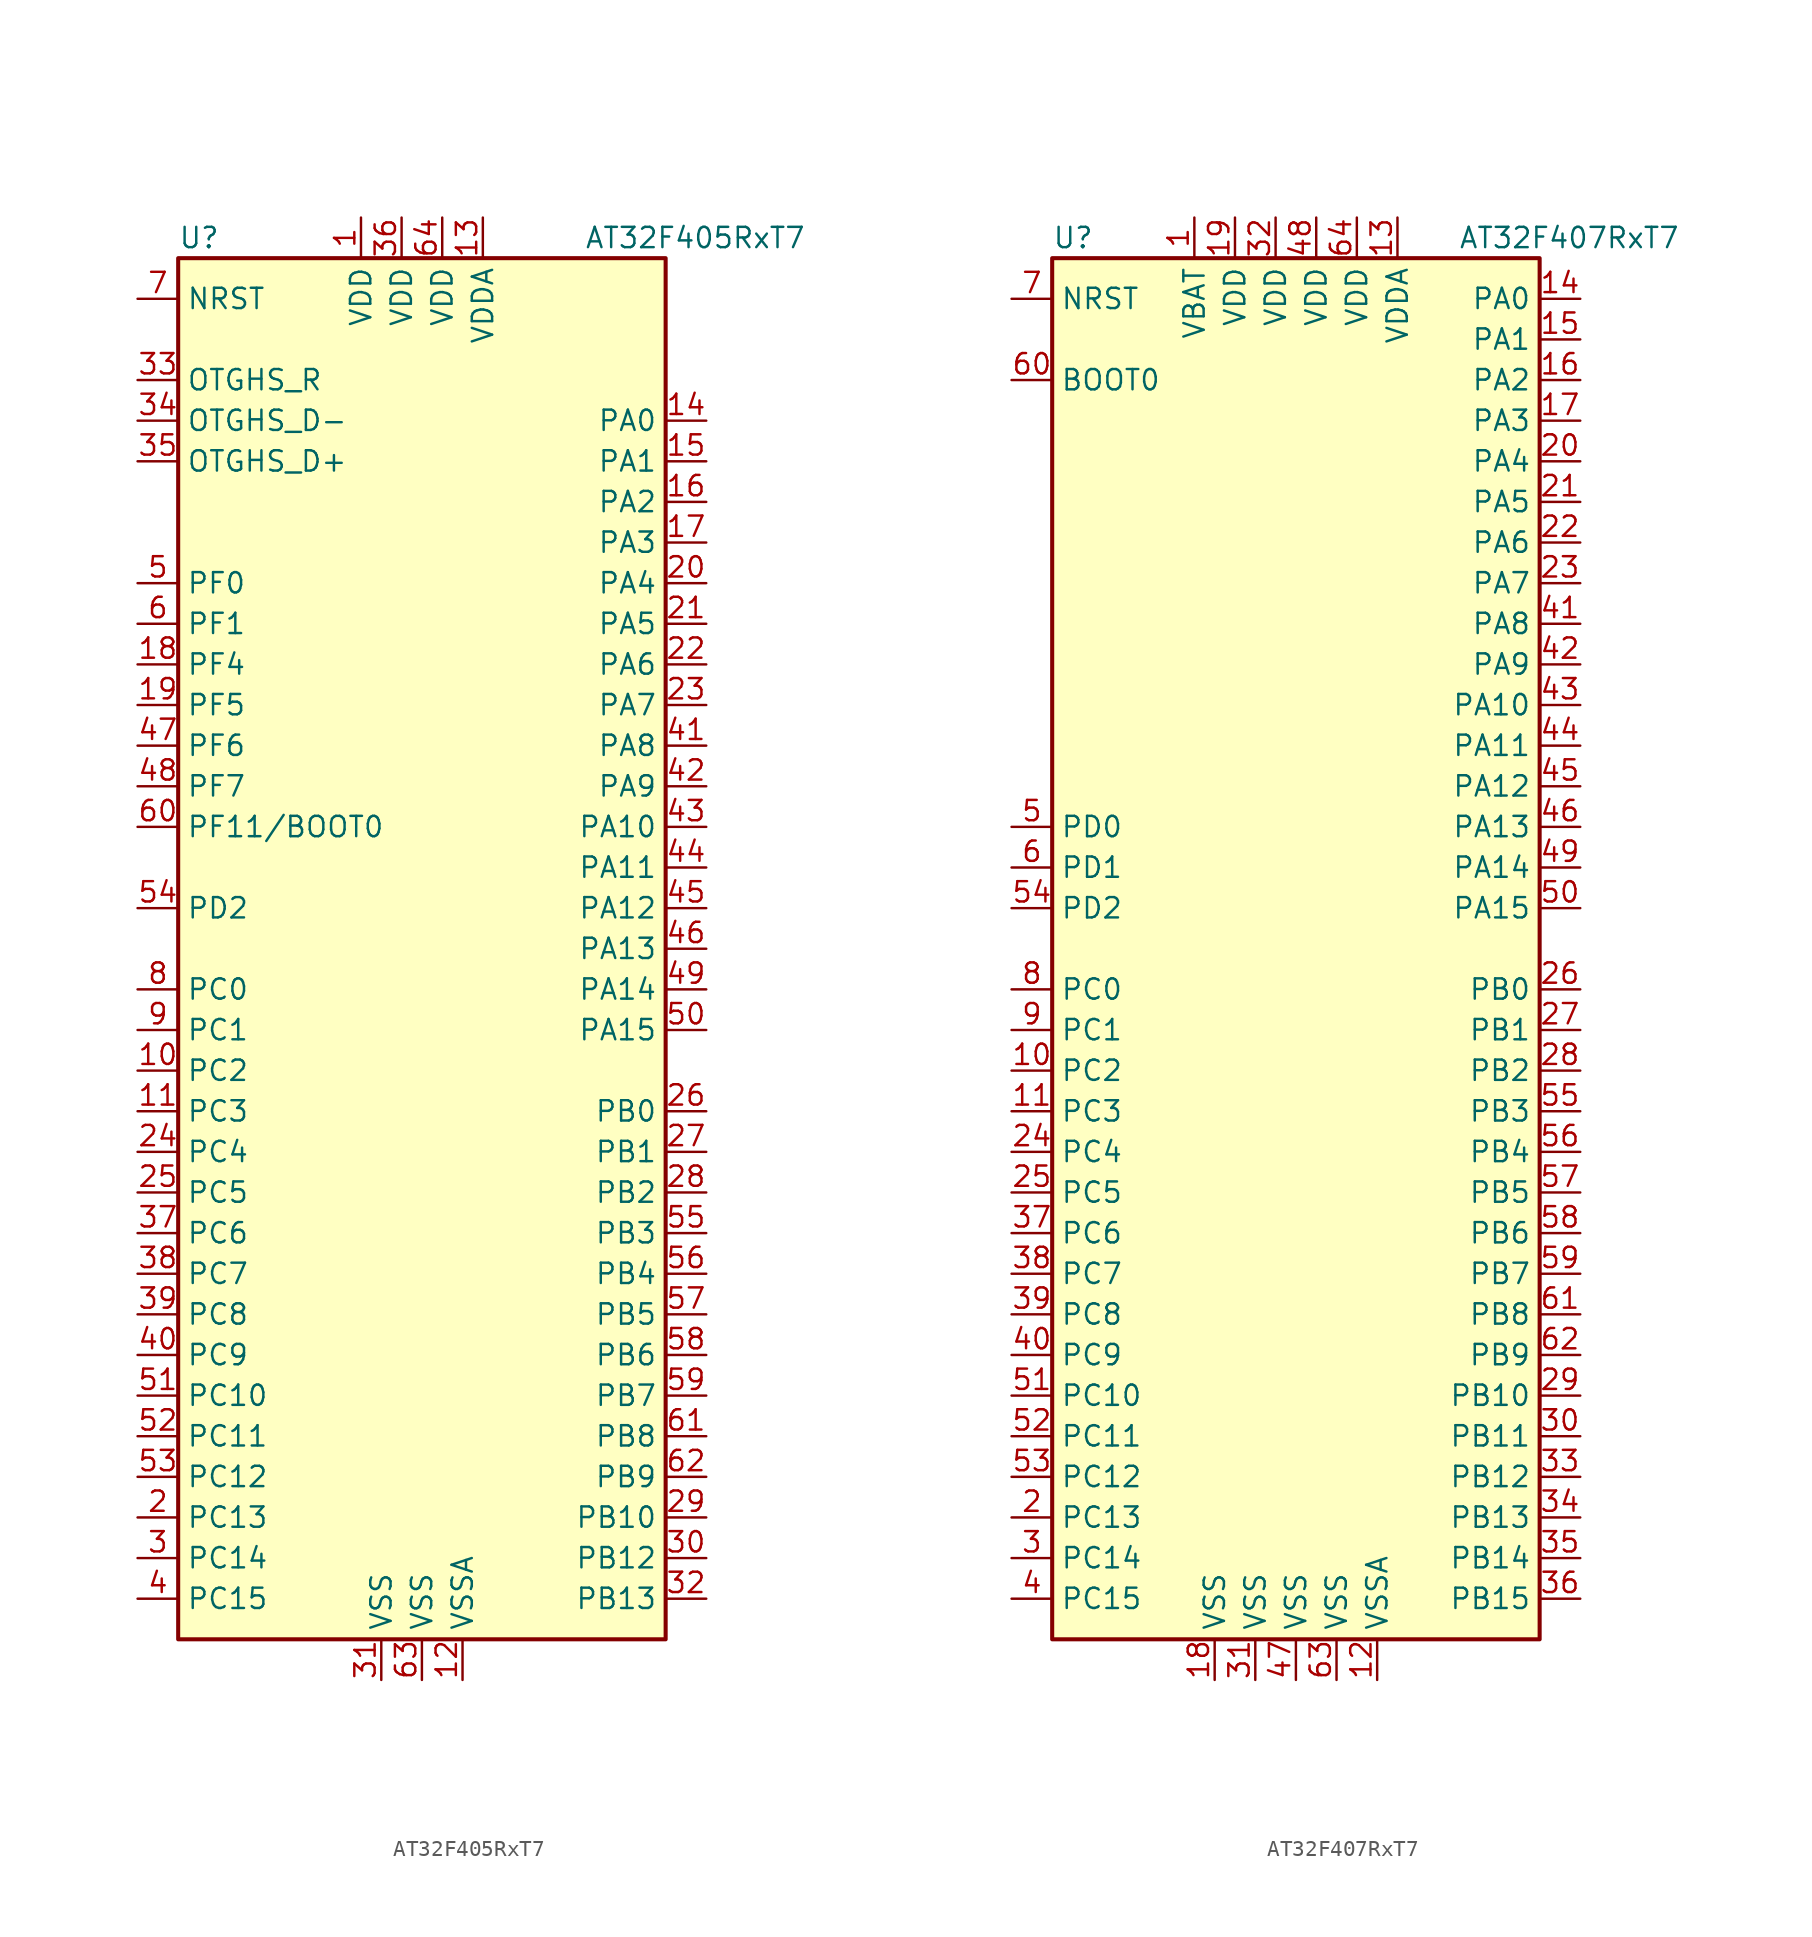
<source format=kicad_sym>
(kicad_symbol_lib
  (version 20220331)
  (generator kicad_symbol_editor)
  (symbol "AT32F405RxT7"
    (property "Reference" "U"
      (at -15.24 44.45 0)
      (effects (font (size 1.27 1.27)) (justify left)))
    (property "Value" "AT32F405RxT7"
      (at 10.16 44.45 0)
      (effects (font (size 1.27 1.27)) (justify left)))
    (symbol "AT32F405RxT7_0_1"
      (rectangle (start -15.24 -43.18) (end 15.24 43.18) (stroke (width 0.254) (type default)) (fill (type background))))
    (symbol "AT32F405RxT7_1_1"
      (pin power_in line (at -3.81 45.72 270) (length 2.54) (name "VDD" (effects (font (size 1.27 1.27)))) (number "1" (effects (font (size 1.27 1.27)))))
      (pin bidirectional line (at -17.78 -7.62 0) (length 2.54) (name "PC2" (effects (font (size 1.27 1.27)))) (number "10" (effects (font (size 1.27 1.27)))))
      (pin bidirectional line (at -17.78 -10.16 0) (length 2.54) (name "PC3" (effects (font (size 1.27 1.27)))) (number "11" (effects (font (size 1.27 1.27)))))
      (pin power_in line (at 2.54 -45.72 90) (length 2.54) (name "VSSA" (effects (font (size 1.27 1.27)))) (number "12" (effects (font (size 1.27 1.27)))))
      (pin power_in line (at 3.81 45.72 270) (length 2.54) (name "VDDA" (effects (font (size 1.27 1.27)))) (number "13" (effects (font (size 1.27 1.27)))))
      (pin bidirectional line (at 17.78 33.02 180) (length 2.54) (name "PA0" (effects (font (size 1.27 1.27)))) (number "14" (effects (font (size 1.27 1.27)))))
      (pin bidirectional line (at 17.78 30.48 180) (length 2.54) (name "PA1" (effects (font (size 1.27 1.27)))) (number "15" (effects (font (size 1.27 1.27)))))
      (pin bidirectional line (at 17.78 27.94 180) (length 2.54) (name "PA2" (effects (font (size 1.27 1.27)))) (number "16" (effects (font (size 1.27 1.27)))))
      (pin bidirectional line (at 17.78 25.4 180) (length 2.54) (name "PA3" (effects (font (size 1.27 1.27)))) (number "17" (effects (font (size 1.27 1.27)))))
      (pin bidirectional line (at -17.78 17.78 0) (length 2.54) (name "PF4" (effects (font (size 1.27 1.27)))) (number "18" (effects (font (size 1.27 1.27)))))
      (pin bidirectional line (at -17.78 15.24 0) (length 2.54) (name "PF5" (effects (font (size 1.27 1.27)))) (number "19" (effects (font (size 1.27 1.27)))))
      (pin bidirectional line (at -17.78 -35.56 0) (length 2.54) (name "PC13" (effects (font (size 1.27 1.27)))) (number "2" (effects (font (size 1.27 1.27)))))
      (pin bidirectional line (at 17.78 22.86 180) (length 2.54) (name "PA4" (effects (font (size 1.27 1.27)))) (number "20" (effects (font (size 1.27 1.27)))))
      (pin bidirectional line (at 17.78 20.32 180) (length 2.54) (name "PA5" (effects (font (size 1.27 1.27)))) (number "21" (effects (font (size 1.27 1.27)))))
      (pin bidirectional line (at 17.78 17.78 180) (length 2.54) (name "PA6" (effects (font (size 1.27 1.27)))) (number "22" (effects (font (size 1.27 1.27)))))
      (pin bidirectional line (at 17.78 15.24 180) (length 2.54) (name "PA7" (effects (font (size 1.27 1.27)))) (number "23" (effects (font (size 1.27 1.27)))))
      (pin bidirectional line (at -17.78 -12.7 0) (length 2.54) (name "PC4" (effects (font (size 1.27 1.27)))) (number "24" (effects (font (size 1.27 1.27)))))
      (pin bidirectional line (at -17.78 -15.24 0) (length 2.54) (name "PC5" (effects (font (size 1.27 1.27)))) (number "25" (effects (font (size 1.27 1.27)))))
      (pin bidirectional line (at 17.78 -10.16 180) (length 2.54) (name "PB0" (effects (font (size 1.27 1.27)))) (number "26" (effects (font (size 1.27 1.27)))))
      (pin bidirectional line (at 17.78 -12.7 180) (length 2.54) (name "PB1" (effects (font (size 1.27 1.27)))) (number "27" (effects (font (size 1.27 1.27)))))
      (pin bidirectional line (at 17.78 -15.24 180) (length 2.54) (name "PB2" (effects (font (size 1.27 1.27)))) (number "28" (effects (font (size 1.27 1.27)))))
      (pin bidirectional line (at 17.78 -35.56 180) (length 2.54) (name "PB10" (effects (font (size 1.27 1.27)))) (number "29" (effects (font (size 1.27 1.27)))))
      (pin bidirectional line (at -17.78 -38.1 0) (length 2.54) (name "PC14" (effects (font (size 1.27 1.27)))) (number "3" (effects (font (size 1.27 1.27)))))
      (pin bidirectional line (at 17.78 -38.1 180) (length 2.54) (name "PB12" (effects (font (size 1.27 1.27)))) (number "30" (effects (font (size 1.27 1.27)))))
      (pin power_in line (at -2.54 -45.72 90) (length 2.54) (name "VSS" (effects (font (size 1.27 1.27)))) (number "31" (effects (font (size 1.27 1.27)))))
      (pin bidirectional line (at 17.78 -40.64 180) (length 2.54) (name "PB13" (effects (font (size 1.27 1.27)))) (number "32" (effects (font (size 1.27 1.27)))))
      (pin input line (at -17.78 35.56 0) (length 2.54) (name "OTGHS_R" (effects (font (size 1.27 1.27)))) (number "33" (effects (font (size 1.27 1.27)))))
      (pin bidirectional line (at -17.78 33.02 0) (length 2.54) (name "OTGHS_D-" (effects (font (size 1.27 1.27)))) (number "34" (effects (font (size 1.27 1.27)))))
      (pin bidirectional line (at -17.78 30.48 0) (length 2.54) (name "OTGHS_D+" (effects (font (size 1.27 1.27)))) (number "35" (effects (font (size 1.27 1.27)))))
      (pin power_in line (at -1.27 45.72 270) (length 2.54) (name "VDD" (effects (font (size 1.27 1.27)))) (number "36" (effects (font (size 1.27 1.27)))))
      (pin bidirectional line (at -17.78 -17.78 0) (length 2.54) (name "PC6" (effects (font (size 1.27 1.27)))) (number "37" (effects (font (size 1.27 1.27)))))
      (pin bidirectional line (at -17.78 -20.32 0) (length 2.54) (name "PC7" (effects (font (size 1.27 1.27)))) (number "38" (effects (font (size 1.27 1.27)))))
      (pin bidirectional line (at -17.78 -22.86 0) (length 2.54) (name "PC8" (effects (font (size 1.27 1.27)))) (number "39" (effects (font (size 1.27 1.27)))))
      (pin bidirectional line (at -17.78 -40.64 0) (length 2.54) (name "PC15" (effects (font (size 1.27 1.27)))) (number "4" (effects (font (size 1.27 1.27)))))
      (pin bidirectional line (at -17.78 -25.4 0) (length 2.54) (name "PC9" (effects (font (size 1.27 1.27)))) (number "40" (effects (font (size 1.27 1.27)))))
      (pin bidirectional line (at 17.78 12.7 180) (length 2.54) (name "PA8" (effects (font (size 1.27 1.27)))) (number "41" (effects (font (size 1.27 1.27)))))
      (pin bidirectional line (at 17.78 10.16 180) (length 2.54) (name "PA9" (effects (font (size 1.27 1.27)))) (number "42" (effects (font (size 1.27 1.27)))))
      (pin bidirectional line (at 17.78 7.62 180) (length 2.54) (name "PA10" (effects (font (size 1.27 1.27)))) (number "43" (effects (font (size 1.27 1.27)))))
      (pin bidirectional line (at 17.78 5.08 180) (length 2.54) (name "PA11" (effects (font (size 1.27 1.27)))) (number "44" (effects (font (size 1.27 1.27)))))
      (pin bidirectional line (at 17.78 2.54 180) (length 2.54) (name "PA12" (effects (font (size 1.27 1.27)))) (number "45" (effects (font (size 1.27 1.27)))))
      (pin bidirectional line (at 17.78 0 180) (length 2.54) (name "PA13" (effects (font (size 1.27 1.27)))) (number "46" (effects (font (size 1.27 1.27)))))
      (pin bidirectional line (at -17.78 12.7 0) (length 2.54) (name "PF6" (effects (font (size 1.27 1.27)))) (number "47" (effects (font (size 1.27 1.27)))))
      (pin bidirectional line (at -17.78 10.16 0) (length 2.54) (name "PF7" (effects (font (size 1.27 1.27)))) (number "48" (effects (font (size 1.27 1.27)))))
      (pin bidirectional line (at 17.78 -2.54 180) (length 2.54) (name "PA14" (effects (font (size 1.27 1.27)))) (number "49" (effects (font (size 1.27 1.27)))))
      (pin input line (at -17.78 22.86 0) (length 2.54) (name "PF0" (effects (font (size 1.27 1.27)))) (number "5" (effects (font (size 1.27 1.27)))))
      (pin bidirectional line (at 17.78 -5.08 180) (length 2.54) (name "PA15" (effects (font (size 1.27 1.27)))) (number "50" (effects (font (size 1.27 1.27)))))
      (pin bidirectional line (at -17.78 -27.94 0) (length 2.54) (name "PC10" (effects (font (size 1.27 1.27)))) (number "51" (effects (font (size 1.27 1.27)))))
      (pin bidirectional line (at -17.78 -30.48 0) (length 2.54) (name "PC11" (effects (font (size 1.27 1.27)))) (number "52" (effects (font (size 1.27 1.27)))))
      (pin bidirectional line (at -17.78 -33.02 0) (length 2.54) (name "PC12" (effects (font (size 1.27 1.27)))) (number "53" (effects (font (size 1.27 1.27)))))
      (pin bidirectional line (at -17.78 2.54 0) (length 2.54) (name "PD2" (effects (font (size 1.27 1.27)))) (number "54" (effects (font (size 1.27 1.27)))))
      (pin bidirectional line (at 17.78 -17.78 180) (length 2.54) (name "PB3" (effects (font (size 1.27 1.27)))) (number "55" (effects (font (size 1.27 1.27)))))
      (pin bidirectional line (at 17.78 -20.32 180) (length 2.54) (name "PB4" (effects (font (size 1.27 1.27)))) (number "56" (effects (font (size 1.27 1.27)))))
      (pin bidirectional line (at 17.78 -22.86 180) (length 2.54) (name "PB5" (effects (font (size 1.27 1.27)))) (number "57" (effects (font (size 1.27 1.27)))))
      (pin bidirectional line (at 17.78 -25.4 180) (length 2.54) (name "PB6" (effects (font (size 1.27 1.27)))) (number "58" (effects (font (size 1.27 1.27)))))
      (pin bidirectional line (at 17.78 -27.94 180) (length 2.54) (name "PB7" (effects (font (size 1.27 1.27)))) (number "59" (effects (font (size 1.27 1.27)))))
      (pin input line (at -17.78 20.32 0) (length 2.54) (name "PF1" (effects (font (size 1.27 1.27)))) (number "6" (effects (font (size 1.27 1.27)))))
      (pin input line (at -17.78 7.62 0) (length 2.54) (name "PF11/BOOT0" (effects (font (size 1.27 1.27)))) (number "60" (effects (font (size 1.27 1.27)))))
      (pin bidirectional line (at 17.78 -30.48 180) (length 2.54) (name "PB8" (effects (font (size 1.27 1.27)))) (number "61" (effects (font (size 1.27 1.27)))))
      (pin bidirectional line (at 17.78 -33.02 180) (length 2.54) (name "PB9" (effects (font (size 1.27 1.27)))) (number "62" (effects (font (size 1.27 1.27)))))
      (pin power_in line (at 0 -45.72 90) (length 2.54) (name "VSS" (effects (font (size 1.27 1.27)))) (number "63" (effects (font (size 1.27 1.27)))))
      (pin power_in line (at 1.27 45.72 270) (length 2.54) (name "VDD" (effects (font (size 1.27 1.27)))) (number "64" (effects (font (size 1.27 1.27)))))
      (pin input line (at -17.78 40.64 0) (length 2.54) (name "NRST" (effects (font (size 1.27 1.27)))) (number "7" (effects (font (size 1.27 1.27)))))
      (pin bidirectional line (at -17.78 -2.54 0) (length 2.54) (name "PC0" (effects (font (size 1.27 1.27)))) (number "8" (effects (font (size 1.27 1.27)))))
      (pin bidirectional line (at -17.78 -5.08 0) (length 2.54) (name "PC1" (effects (font (size 1.27 1.27)))) (number "9" (effects (font (size 1.27 1.27)))))))
  (symbol "AT32F407RxT7"
    (property "Reference" "U"
      (at -15.24 44.45 0)
      (effects (font (size 1.27 1.27)) (justify left)))
    (property "Value" "AT32F407RxT7"
      (at 10.16 44.45 0)
      (effects (font (size 1.27 1.27)) (justify left)))
    (symbol "AT32F407RxT7_0_1"
      (rectangle (start -15.24 -43.18) (end 15.24 43.18) (stroke (width 0.254) (type default)) (fill (type background))))
    (symbol "AT32F407RxT7_1_1"
      (pin power_in line (at -6.35 45.72 270) (length 2.54) (name "VBAT" (effects (font (size 1.27 1.27)))) (number "1" (effects (font (size 1.27 1.27)))))
      (pin bidirectional line (at -17.78 -7.62 0) (length 2.54) (name "PC2" (effects (font (size 1.27 1.27)))) (number "10" (effects (font (size 1.27 1.27)))))
      (pin bidirectional line (at -17.78 -10.16 0) (length 2.54) (name "PC3" (effects (font (size 1.27 1.27)))) (number "11" (effects (font (size 1.27 1.27)))))
      (pin power_in line (at 5.08 -45.72 90) (length 2.54) (name "VSSA" (effects (font (size 1.27 1.27)))) (number "12" (effects (font (size 1.27 1.27)))))
      (pin power_in line (at 6.35 45.72 270) (length 2.54) (name "VDDA" (effects (font (size 1.27 1.27)))) (number "13" (effects (font (size 1.27 1.27)))))
      (pin bidirectional line (at 17.78 40.64 180) (length 2.54) (name "PA0" (effects (font (size 1.27 1.27)))) (number "14" (effects (font (size 1.27 1.27)))))
      (pin bidirectional line (at 17.78 38.1 180) (length 2.54) (name "PA1" (effects (font (size 1.27 1.27)))) (number "15" (effects (font (size 1.27 1.27)))))
      (pin bidirectional line (at 17.78 35.56 180) (length 2.54) (name "PA2" (effects (font (size 1.27 1.27)))) (number "16" (effects (font (size 1.27 1.27)))))
      (pin bidirectional line (at 17.78 33.02 180) (length 2.54) (name "PA3" (effects (font (size 1.27 1.27)))) (number "17" (effects (font (size 1.27 1.27)))))
      (pin power_in line (at -5.08 -45.72 90) (length 2.54) (name "VSS" (effects (font (size 1.27 1.27)))) (number "18" (effects (font (size 1.27 1.27)))))
      (pin power_in line (at -3.81 45.72 270) (length 2.54) (name "VDD" (effects (font (size 1.27 1.27)))) (number "19" (effects (font (size 1.27 1.27)))))
      (pin bidirectional line (at -17.78 -35.56 0) (length 2.54) (name "PC13" (effects (font (size 1.27 1.27)))) (number "2" (effects (font (size 1.27 1.27)))))
      (pin bidirectional line (at 17.78 30.48 180) (length 2.54) (name "PA4" (effects (font (size 1.27 1.27)))) (number "20" (effects (font (size 1.27 1.27)))))
      (pin bidirectional line (at 17.78 27.94 180) (length 2.54) (name "PA5" (effects (font (size 1.27 1.27)))) (number "21" (effects (font (size 1.27 1.27)))))
      (pin bidirectional line (at 17.78 25.4 180) (length 2.54) (name "PA6" (effects (font (size 1.27 1.27)))) (number "22" (effects (font (size 1.27 1.27)))))
      (pin bidirectional line (at 17.78 22.86 180) (length 2.54) (name "PA7" (effects (font (size 1.27 1.27)))) (number "23" (effects (font (size 1.27 1.27)))))
      (pin bidirectional line (at -17.78 -12.7 0) (length 2.54) (name "PC4" (effects (font (size 1.27 1.27)))) (number "24" (effects (font (size 1.27 1.27)))))
      (pin bidirectional line (at -17.78 -15.24 0) (length 2.54) (name "PC5" (effects (font (size 1.27 1.27)))) (number "25" (effects (font (size 1.27 1.27)))))
      (pin bidirectional line (at 17.78 -2.54 180) (length 2.54) (name "PB0" (effects (font (size 1.27 1.27)))) (number "26" (effects (font (size 1.27 1.27)))))
      (pin bidirectional line (at 17.78 -5.08 180) (length 2.54) (name "PB1" (effects (font (size 1.27 1.27)))) (number "27" (effects (font (size 1.27 1.27)))))
      (pin bidirectional line (at 17.78 -7.62 180) (length 2.54) (name "PB2" (effects (font (size 1.27 1.27)))) (number "28" (effects (font (size 1.27 1.27)))))
      (pin bidirectional line (at 17.78 -27.94 180) (length 2.54) (name "PB10" (effects (font (size 1.27 1.27)))) (number "29" (effects (font (size 1.27 1.27)))))
      (pin bidirectional line (at -17.78 -38.1 0) (length 2.54) (name "PC14" (effects (font (size 1.27 1.27)))) (number "3" (effects (font (size 1.27 1.27)))))
      (pin bidirectional line (at 17.78 -30.48 180) (length 2.54) (name "PB11" (effects (font (size 1.27 1.27)))) (number "30" (effects (font (size 1.27 1.27)))))
      (pin power_in line (at -2.54 -45.72 90) (length 2.54) (name "VSS" (effects (font (size 1.27 1.27)))) (number "31" (effects (font (size 1.27 1.27)))))
      (pin power_in line (at -1.27 45.72 270) (length 2.54) (name "VDD" (effects (font (size 1.27 1.27)))) (number "32" (effects (font (size 1.27 1.27)))))
      (pin bidirectional line (at 17.78 -33.02 180) (length 2.54) (name "PB12" (effects (font (size 1.27 1.27)))) (number "33" (effects (font (size 1.27 1.27)))))
      (pin bidirectional line (at 17.78 -35.56 180) (length 2.54) (name "PB13" (effects (font (size 1.27 1.27)))) (number "34" (effects (font (size 1.27 1.27)))))
      (pin bidirectional line (at 17.78 -38.1 180) (length 2.54) (name "PB14" (effects (font (size 1.27 1.27)))) (number "35" (effects (font (size 1.27 1.27)))))
      (pin bidirectional line (at 17.78 -40.64 180) (length 2.54) (name "PB15" (effects (font (size 1.27 1.27)))) (number "36" (effects (font (size 1.27 1.27)))))
      (pin bidirectional line (at -17.78 -17.78 0) (length 2.54) (name "PC6" (effects (font (size 1.27 1.27)))) (number "37" (effects (font (size 1.27 1.27)))))
      (pin bidirectional line (at -17.78 -20.32 0) (length 2.54) (name "PC7" (effects (font (size 1.27 1.27)))) (number "38" (effects (font (size 1.27 1.27)))))
      (pin bidirectional line (at -17.78 -22.86 0) (length 2.54) (name "PC8" (effects (font (size 1.27 1.27)))) (number "39" (effects (font (size 1.27 1.27)))))
      (pin bidirectional line (at -17.78 -40.64 0) (length 2.54) (name "PC15" (effects (font (size 1.27 1.27)))) (number "4" (effects (font (size 1.27 1.27)))))
      (pin bidirectional line (at -17.78 -25.4 0) (length 2.54) (name "PC9" (effects (font (size 1.27 1.27)))) (number "40" (effects (font (size 1.27 1.27)))))
      (pin bidirectional line (at 17.78 20.32 180) (length 2.54) (name "PA8" (effects (font (size 1.27 1.27)))) (number "41" (effects (font (size 1.27 1.27)))))
      (pin bidirectional line (at 17.78 17.78 180) (length 2.54) (name "PA9" (effects (font (size 1.27 1.27)))) (number "42" (effects (font (size 1.27 1.27)))))
      (pin bidirectional line (at 17.78 15.24 180) (length 2.54) (name "PA10" (effects (font (size 1.27 1.27)))) (number "43" (effects (font (size 1.27 1.27)))))
      (pin bidirectional line (at 17.78 12.7 180) (length 2.54) (name "PA11" (effects (font (size 1.27 1.27)))) (number "44" (effects (font (size 1.27 1.27)))))
      (pin bidirectional line (at 17.78 10.16 180) (length 2.54) (name "PA12" (effects (font (size 1.27 1.27)))) (number "45" (effects (font (size 1.27 1.27)))))
      (pin bidirectional line (at 17.78 7.62 180) (length 2.54) (name "PA13" (effects (font (size 1.27 1.27)))) (number "46" (effects (font (size 1.27 1.27)))))
      (pin power_in line (at 0 -45.72 90) (length 2.54) (name "VSS" (effects (font (size 1.27 1.27)))) (number "47" (effects (font (size 1.27 1.27)))))
      (pin power_in line (at 1.27 45.72 270) (length 2.54) (name "VDD" (effects (font (size 1.27 1.27)))) (number "48" (effects (font (size 1.27 1.27)))))
      (pin bidirectional line (at 17.78 5.08 180) (length 2.54) (name "PA14" (effects (font (size 1.27 1.27)))) (number "49" (effects (font (size 1.27 1.27)))))
      (pin input line (at -17.78 7.62 0) (length 2.54) (name "PD0" (effects (font (size 1.27 1.27)))) (number "5" (effects (font (size 1.27 1.27)))))
      (pin bidirectional line (at 17.78 2.54 180) (length 2.54) (name "PA15" (effects (font (size 1.27 1.27)))) (number "50" (effects (font (size 1.27 1.27)))))
      (pin bidirectional line (at -17.78 -27.94 0) (length 2.54) (name "PC10" (effects (font (size 1.27 1.27)))) (number "51" (effects (font (size 1.27 1.27)))))
      (pin bidirectional line (at -17.78 -30.48 0) (length 2.54) (name "PC11" (effects (font (size 1.27 1.27)))) (number "52" (effects (font (size 1.27 1.27)))))
      (pin bidirectional line (at -17.78 -33.02 0) (length 2.54) (name "PC12" (effects (font (size 1.27 1.27)))) (number "53" (effects (font (size 1.27 1.27)))))
      (pin bidirectional line (at -17.78 2.54 0) (length 2.54) (name "PD2" (effects (font (size 1.27 1.27)))) (number "54" (effects (font (size 1.27 1.27)))))
      (pin bidirectional line (at 17.78 -10.16 180) (length 2.54) (name "PB3" (effects (font (size 1.27 1.27)))) (number "55" (effects (font (size 1.27 1.27)))))
      (pin bidirectional line (at 17.78 -12.7 180) (length 2.54) (name "PB4" (effects (font (size 1.27 1.27)))) (number "56" (effects (font (size 1.27 1.27)))))
      (pin bidirectional line (at 17.78 -15.24 180) (length 2.54) (name "PB5" (effects (font (size 1.27 1.27)))) (number "57" (effects (font (size 1.27 1.27)))))
      (pin bidirectional line (at 17.78 -17.78 180) (length 2.54) (name "PB6" (effects (font (size 1.27 1.27)))) (number "58" (effects (font (size 1.27 1.27)))))
      (pin bidirectional line (at 17.78 -20.32 180) (length 2.54) (name "PB7" (effects (font (size 1.27 1.27)))) (number "59" (effects (font (size 1.27 1.27)))))
      (pin input line (at -17.78 5.08 0) (length 2.54) (name "PD1" (effects (font (size 1.27 1.27)))) (number "6" (effects (font (size 1.27 1.27)))))
      (pin input line (at -17.78 35.56 0) (length 2.54) (name "BOOT0" (effects (font (size 1.27 1.27)))) (number "60" (effects (font (size 1.27 1.27)))))
      (pin bidirectional line (at 17.78 -22.86 180) (length 2.54) (name "PB8" (effects (font (size 1.27 1.27)))) (number "61" (effects (font (size 1.27 1.27)))))
      (pin bidirectional line (at 17.78 -25.4 180) (length 2.54) (name "PB9" (effects (font (size 1.27 1.27)))) (number "62" (effects (font (size 1.27 1.27)))))
      (pin power_in line (at 2.54 -45.72 90) (length 2.54) (name "VSS" (effects (font (size 1.27 1.27)))) (number "63" (effects (font (size 1.27 1.27)))))
      (pin power_in line (at 3.81 45.72 270) (length 2.54) (name "VDD" (effects (font (size 1.27 1.27)))) (number "64" (effects (font (size 1.27 1.27)))))
      (pin input line (at -17.78 40.64 0) (length 2.54) (name "NRST" (effects (font (size 1.27 1.27)))) (number "7" (effects (font (size 1.27 1.27)))))
      (pin bidirectional line (at -17.78 -2.54 0) (length 2.54) (name "PC0" (effects (font (size 1.27 1.27)))) (number "8" (effects (font (size 1.27 1.27)))))
      (pin bidirectional line (at -17.78 -5.08 0) (length 2.54) (name "PC1" (effects (font (size 1.27 1.27)))) (number "9" (effects (font (size 1.27 1.27))))))))
</source>
